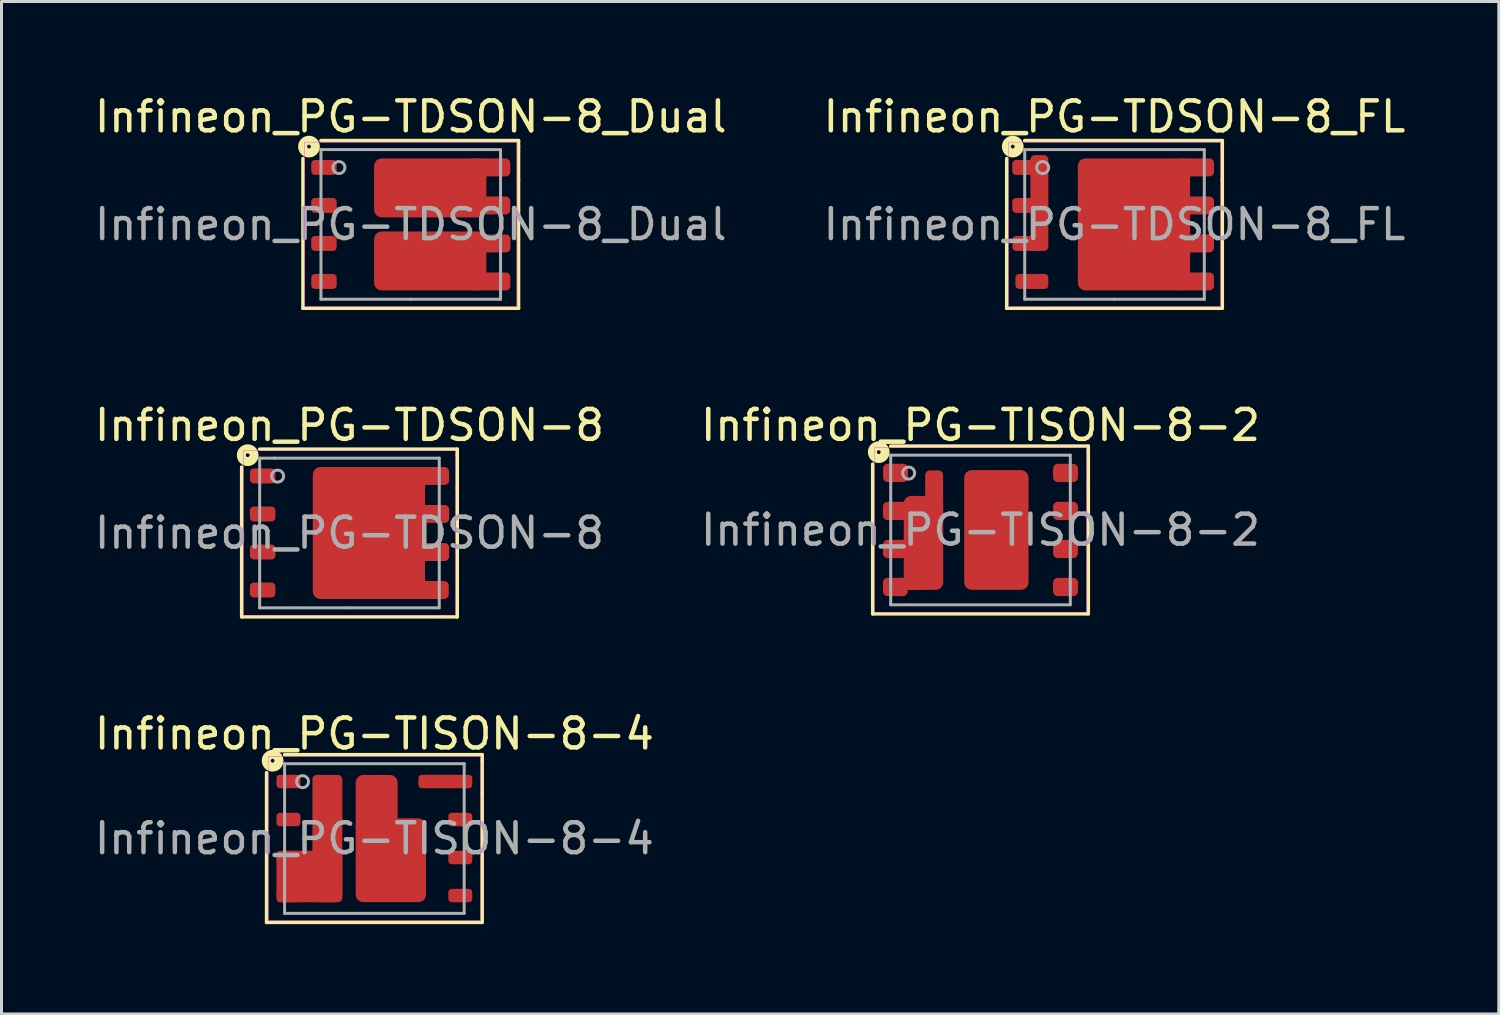
<source format=kicad_pcb>
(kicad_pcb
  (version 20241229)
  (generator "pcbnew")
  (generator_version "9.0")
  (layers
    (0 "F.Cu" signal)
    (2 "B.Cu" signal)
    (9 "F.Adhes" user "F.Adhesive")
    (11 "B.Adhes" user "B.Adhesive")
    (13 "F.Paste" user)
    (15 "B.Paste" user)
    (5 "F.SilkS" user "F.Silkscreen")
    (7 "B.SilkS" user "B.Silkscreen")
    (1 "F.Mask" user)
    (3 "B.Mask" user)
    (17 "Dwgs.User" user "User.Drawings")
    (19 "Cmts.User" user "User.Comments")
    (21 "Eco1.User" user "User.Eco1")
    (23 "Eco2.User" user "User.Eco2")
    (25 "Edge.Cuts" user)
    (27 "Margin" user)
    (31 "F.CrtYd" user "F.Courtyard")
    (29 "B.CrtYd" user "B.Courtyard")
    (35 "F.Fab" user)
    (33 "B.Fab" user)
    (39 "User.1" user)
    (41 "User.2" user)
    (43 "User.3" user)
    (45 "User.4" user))
  (footprint "Infineon_PG-TDSON-8"
    (layer "F.Cu")
    (at 8.625 14.757)
    (property "Reference" "Infineon_PG-TDSON-8" (at 0 -3.6 0) (unlocked yes) (layer "F.SilkS") (effects (font (size 1 1) (thickness 0.15))))
    (fp_line (start -3.6 -2.2) (end -3.6 2.8) (stroke (width 0.12) (type solid)) (layer "F.SilkS"))
    (fp_line (start -3.6 2.8) (end 3.6 2.8) (stroke (width 0.12) (type solid)) (layer "F.SilkS"))
    (fp_line (start 3.6 -2.8) (end -3 -2.8) (stroke (width 0.12) (type solid)) (layer "F.SilkS"))
    (fp_line (start 3.6 -2.6) (end 3.6 -2.8) (stroke (width 0.12) (type solid)) (layer "F.SilkS"))
    (fp_line (start 3.6 -2.6) (end 3.6 -1.5) (stroke (width 0.12) (type solid)) (layer "F.SilkS"))
    (fp_line (start 3.6 2.8) (end 3.6 -1.5) (stroke (width 0.12) (type solid)) (layer "F.SilkS"))
    (fp_circle (center -3.4 -2.6) (end -3.4 -2.537) (stroke (width 0.3) (type solid)) (fill no) (layer "F.SilkS"))
    (fp_rect (start -3.55 -2.75) (end 3.55 2.75) (stroke (width 0.013) (type solid)) (fill no) (layer "F.CrtYd"))
    (fp_line (start -3 -2.5) (end -3 2.5) (stroke (width 0.1) (type solid)) (layer "F.Fab"))
    (fp_line (start -3 2.5) (end 0 2.5) (stroke (width 0.1) (type solid)) (layer "F.Fab"))
    (fp_line (start -2.5 -2.5) (end -3 -2.5) (stroke (width 0.1) (type solid)) (layer "F.Fab"))
    (fp_line (start 0 2.5) (end 3 2.5) (stroke (width 0.1) (type solid)) (layer "F.Fab"))
    (fp_line (start 3 -2.5) (end -2.5 -2.5) (stroke (width 0.1) (type solid)) (layer "F.Fab"))
    (fp_line (start 3 2.5) (end 3 -2.5) (stroke (width 0.1) (type solid)) (layer "F.Fab"))
    (fp_circle (center -2.4 -1.9) (end -2.2 -1.9) (stroke (width 0.1) (type solid)) (fill no) (layer "F.Fab"))
    (fp_text user "${REFERENCE}" (at 0 0 0) (layer "F.Fab") (effects (font (size 1 1) (thickness 0.15))))
    (pad "" smd roundrect (at -0.3 -0.95 270) (size 1.6 1.4) (layers "F.Paste") (roundrect_rratio 0.156))
    (pad "" smd roundrect (at -0.3 0.95 270) (size 1.6 1.4) (layers "F.Paste") (roundrect_rratio 0.156))
    (pad "" smd roundrect (at 1.4 -0.95 270) (size 1.6 1.4) (layers "F.Paste") (roundrect_rratio 0.156))
    (pad "" smd roundrect (at 1.4 0.95 270) (size 1.6 1.4) (layers "F.Paste") (roundrect_rratio 0.156))
    (pad "" smd roundrect (at 2.85 -1.91 270) (size 0.5 0.85) (layers "F.Paste") (roundrect_rratio 0.25))
    (pad "" smd roundrect (at 2.85 -0.64 270) (size 0.5 0.85) (layers "F.Paste") (roundrect_rratio 0.25))
    (pad "" smd roundrect (at 2.85 0.63 270) (size 0.5 0.85) (layers "F.Paste") (roundrect_rratio 0.25))
    (pad "" smd roundrect (at 2.85 1.91 270) (size 0.5 0.85) (layers "F.Paste") (roundrect_rratio 0.25))
    (pad "1" smd roundrect (at -2.9 -1.905 270) (size 0.5 0.85) (layers "F.Cu" "F.Mask" "F.Paste") (roundrect_rratio 0.25))
    (pad "2" smd roundrect (at -2.9 -0.635 270) (size 0.5 0.85) (layers "F.Cu" "F.Mask" "F.Paste") (roundrect_rratio 0.25))
    (pad "3" smd roundrect (at -2.9 0.635 270) (size 0.5 0.85) (layers "F.Cu" "F.Mask" "F.Paste") (roundrect_rratio 0.25))
    (pad "4" smd roundrect (at -2.9 1.905 270) (size 0.5 0.85) (layers "F.Cu" "F.Mask" "F.Paste") (roundrect_rratio 0.25))
    (pad "5" smd roundrect (at 0.65 0 270) (size 4.41 3.75) (layers "F.Cu" "F.Mask") (roundrect_rratio 0.067))
    (pad "5" smd roundrect (at 2.692 -1.905 270) (size 0.6 1.275) (layers "F.Cu" "F.Mask") (roundrect_rratio 0.25))
    (pad "5" smd roundrect (at 2.718 1.905 270) (size 0.6 1.2) (layers "F.Cu" "F.Mask") (roundrect_rratio 0.25))
    (pad "5" smd roundrect (at 2.845 -0.635 270) (size 0.6 0.975) (layers "F.Cu" "F.Mask") (roundrect_rratio 0.25))
    (pad "5" smd roundrect (at 2.845 0.635 270) (size 0.6 0.975) (layers "F.Cu" "F.Mask") (roundrect_rratio 0.25)))
  (footprint "Infineon_PG-TISON-8-2"
    (layer "F.Cu")
    (at 29.708 14.656)
    (property "Reference" "Infineon_PG-TISON-8-2" (at 0 -3.5 0) (layer "F.SilkS") (effects (font (size 1 1) (thickness 0.15))))
    (attr smd)
    (fp_line (start -3.6 -2.2) (end -3.6 2.8) (stroke (width 0.12) (type solid)) (layer "F.SilkS"))
    (fp_line (start -3.6 2.8) (end 3.6 2.8) (stroke (width 0.12) (type solid)) (layer "F.SilkS"))
    (fp_line (start 3.6 -2.8) (end -3 -2.8) (stroke (width 0.12) (type solid)) (layer "F.SilkS"))
    (fp_line (start 3.6 -2.6) (end 3.6 -2.8) (stroke (width 0.12) (type solid)) (layer "F.SilkS"))
    (fp_line (start 3.6 -2.6) (end 3.6 -1.5) (stroke (width 0.12) (type solid)) (layer "F.SilkS"))
    (fp_line (start 3.6 2.8) (end 3.6 -1.5) (stroke (width 0.12) (type solid)) (layer "F.SilkS"))
    (fp_circle (center -3.4 -2.6) (end -3.4 -2.537) (stroke (width 0.3) (type solid)) (fill no) (layer "F.SilkS"))
    (fp_rect (start -3.55 -2.75) (end 3.55 2.75) (stroke (width 0.013) (type solid)) (fill no) (layer "F.CrtYd"))
    (fp_line (start -3 -2.5) (end -3 2.5) (stroke (width 0.1) (type solid)) (layer "F.Fab"))
    (fp_line (start -3 -2.5) (end 3 -2.5) (stroke (width 0.1) (type solid)) (layer "F.Fab"))
    (fp_line (start 3 -2.5) (end 3 2.5) (stroke (width 0.1) (type solid)) (layer "F.Fab"))
    (fp_line (start 3 2.5) (end -3 2.5) (stroke (width 0.1) (type solid)) (layer "F.Fab"))
    (fp_circle (center -2.4 -1.9) (end -2.2 -1.9) (stroke (width 0.1) (type solid)) (fill no) (layer "F.Fab"))
    (fp_text user "${REFERENCE}" (at 0 0 0) (layer "F.Fab") (effects (font (size 1 1) (thickness 0.15))))
    (pad "" smd roundrect (at -1.82 -0.64) (size 0.9 0.5) (layers "F.Paste") (roundrect_rratio 0.25))
    (pad "" smd roundrect (at -1.82 0.06) (size 0.9 0.5) (layers "F.Paste") (roundrect_rratio 0.25))
    (pad "" smd roundrect (at -1.82 0.76) (size 0.9 0.5) (layers "F.Paste") (roundrect_rratio 0.25))
    (pad "" smd roundrect (at -1.82 1.46) (size 0.9 0.5) (layers "F.Paste") (roundrect_rratio 0.25))
    (pad "" smd roundrect (at -1.545 -1.6) (size 0.35 0.6) (layers "F.Paste") (roundrect_rratio 0.25))
    (pad "" smd roundrect (at 0 -1.425) (size 0.75 0.75) (layers "F.Paste") (roundrect_rratio 0.25))
    (pad "" smd roundrect (at 0 -0.475) (size 0.75 0.75) (layers "F.Paste") (roundrect_rratio 0.25))
    (pad "" smd roundrect (at 0 0.475) (size 0.75 0.75) (layers "F.Paste") (roundrect_rratio 0.25))
    (pad "" smd roundrect (at 0 1.425) (size 0.75 0.75) (layers "F.Paste") (roundrect_rratio 0.25))
    (pad "" smd roundrect (at 1.025 -1.425) (size 0.75 0.75) (layers "F.Paste") (roundrect_rratio 0.25))
    (pad "" smd roundrect (at 1.025 -0.475) (size 0.75 0.75) (layers "F.Paste") (roundrect_rratio 0.25))
    (pad "" smd roundrect (at 1.025 0.475) (size 0.75 0.75) (layers "F.Paste") (roundrect_rratio 0.25))
    (pad "" smd roundrect (at 1.025 1.425) (size 0.75 0.75) (layers "F.Paste") (roundrect_rratio 0.25))
    (pad "1" smd roundrect (at -2.84 -1.905) (size 0.83 0.61) (layers "F.Cu" "F.Mask" "F.Paste") (roundrect_rratio 0.25))
    (pad "2" smd roundrect (at -2.845 -0.635) (size 0.83 0.61) (layers "F.Cu" "F.Mask" "F.Paste") (roundrect_rratio 0.25))
    (pad "2" smd roundrect (at -2.845 0.635) (size 0.83 0.61) (layers "F.Cu" "F.Mask" "F.Paste") (roundrect_rratio 0.25))
    (pad "2" smd roundrect (at -2.845 1.905) (size 0.83 0.61) (layers "F.Cu" "F.Mask" "F.Paste") (roundrect_rratio 0.25))
    (pad "2" smd roundrect (at -2.388 1.803 180) (size 0.991 0.402) (layers "F.Cu" "F.Mask") (roundrect_rratio 0.25))
    (pad "2" smd roundrect (at -1.905 0.432 90) (size 3.14 1.32) (layers "F.Cu" "F.Mask") (roundrect_rratio 0.189))
    (pad "2" smd roundrect (at -1.549 -1.295 90) (size 1.389 0.6) (layers "F.Cu" "F.Mask") (roundrect_rratio 0.25))
    (pad "3" smd roundrect (at 2.84 1.905) (size 0.83 0.61) (layers "F.Cu" "F.Mask" "F.Paste") (roundrect_rratio 0.25))
    (pad "4" smd roundrect (at 2.84 0.635) (size 0.83 0.61) (layers "F.Cu" "F.Mask" "F.Paste") (roundrect_rratio 0.25))
    (pad "5" smd roundrect (at 2.84 -0.635) (size 0.83 0.61) (layers "F.Cu" "F.Mask" "F.Paste") (roundrect_rratio 0.25))
    (pad "6" smd roundrect (at 2.84 -1.905) (size 0.83 0.61) (layers "F.Cu" "F.Mask" "F.Paste") (roundrect_rratio 0.25))
    (pad "7" smd roundrect (at 0.53 0) (size 2.15 4) (layers "F.Cu" "F.Mask") (roundrect_rratio 0.116)))
  (footprint "Infineon_PG-TDSON-8_Dual"
    (layer "F.Cu")
    (at 10.673 4.448)
    (property "Reference" "Infineon_PG-TDSON-8_Dual" (at 0 -3.6 0) (unlocked yes) (layer "F.SilkS") (effects (font (size 1 1) (thickness 0.15))))
    (fp_line (start -3.6 -2.2) (end -3.6 2.8) (stroke (width 0.12) (type solid)) (layer "F.SilkS"))
    (fp_line (start -3.6 2.8) (end 3.6 2.8) (stroke (width 0.12) (type solid)) (layer "F.SilkS"))
    (fp_line (start 3.6 -2.8) (end -3 -2.8) (stroke (width 0.12) (type solid)) (layer "F.SilkS"))
    (fp_line (start 3.6 -2.6) (end 3.6 -2.8) (stroke (width 0.12) (type solid)) (layer "F.SilkS"))
    (fp_line (start 3.6 -2.6) (end 3.6 -1.5) (stroke (width 0.12) (type solid)) (layer "F.SilkS"))
    (fp_line (start 3.6 2.8) (end 3.6 -1.5) (stroke (width 0.12) (type solid)) (layer "F.SilkS"))
    (fp_circle (center -3.4 -2.6) (end -3.4 -2.537) (stroke (width 0.3) (type solid)) (fill no) (layer "F.SilkS"))
    (fp_rect (start -3.55 -2.75) (end 3.55 2.75) (stroke (width 0.013) (type solid)) (fill no) (layer "F.CrtYd"))
    (fp_line (start -3 -2.5) (end -3 2.5) (stroke (width 0.1) (type solid)) (layer "F.Fab"))
    (fp_line (start -3 2.5) (end 0 2.5) (stroke (width 0.1) (type solid)) (layer "F.Fab"))
    (fp_line (start -2.5 -2.5) (end -3 -2.5) (stroke (width 0.1) (type solid)) (layer "F.Fab"))
    (fp_line (start 0 2.5) (end 3 2.5) (stroke (width 0.1) (type solid)) (layer "F.Fab"))
    (fp_line (start 3 -2.5) (end -2.5 -2.5) (stroke (width 0.1) (type solid)) (layer "F.Fab"))
    (fp_line (start 3 2.5) (end 3 -2.5) (stroke (width 0.1) (type solid)) (layer "F.Fab"))
    (fp_circle (center -2.4 -1.9) (end -2.2 -1.9) (stroke (width 0.1) (type solid)) (fill no) (layer "F.Fab"))
    (fp_text user "${REFERENCE}" (at 0 0 0) (layer "F.Fab") (effects (font (size 1 1) (thickness 0.15))))
    (pad "" smd roundrect (at -0.3 -1.2 270) (size 1.6 1.5) (layers "F.Paste") (roundrect_rratio 0.25))
    (pad "" smd roundrect (at -0.3 1.2 270) (size 1.6 1.5) (layers "F.Paste") (roundrect_rratio 0.25))
    (pad "" smd roundrect (at 1.5 -1.2 270) (size 1.6 1.5) (layers "F.Paste") (roundrect_rratio 0.25))
    (pad "" smd roundrect (at 1.5 1.2 270) (size 1.6 1.5) (layers "F.Paste") (roundrect_rratio 0.25))
    (pad "" smd roundrect (at 2.89 -1.905 270) (size 0.5 0.743) (layers "F.Paste") (roundrect_rratio 0.25))
    (pad "" smd roundrect (at 2.9 -0.635 270) (size 0.5 0.743) (layers "F.Paste") (roundrect_rratio 0.25))
    (pad "" smd roundrect (at 2.9 0.635 270) (size 0.5 0.743) (layers "F.Paste") (roundrect_rratio 0.25))
    (pad "" smd roundrect (at 2.9 1.905 270) (size 0.5 0.743) (layers "F.Paste") (roundrect_rratio 0.25))
    (pad "1" smd roundrect (at -2.9 -1.905 270) (size 0.5 0.85) (layers "F.Cu" "F.Mask" "F.Paste") (roundrect_rratio 0.25))
    (pad "2" smd roundrect (at -2.9 -0.635 270) (size 0.5 0.85) (layers "F.Cu" "F.Mask" "F.Paste") (roundrect_rratio 0.25))
    (pad "3" smd roundrect (at -2.9 0.635 270) (size 0.5 0.85) (layers "F.Cu" "F.Mask" "F.Paste") (roundrect_rratio 0.25))
    (pad "4" smd roundrect (at -2.9 1.905 270) (size 0.5 0.85) (layers "F.Cu" "F.Mask" "F.Paste") (roundrect_rratio 0.25))
    (pad "5" smd roundrect (at 0.65 1.22 270) (size 1.97 3.75) (layers "F.Cu" "F.Mask") (roundrect_rratio 0.127))
    (pad "5" smd roundrect (at 2.667 1.905 270) (size 0.6 1.325) (layers "F.Cu" "F.Mask") (roundrect_rratio 0.25))
    (pad "5" smd roundrect (at 2.769 0.635 270) (size 0.6 1.125) (layers "F.Cu" "F.Mask") (roundrect_rratio 0.25))
    (pad "6" smd roundrect (at 0.65 -1.22 270) (size 1.97 3.75) (layers "F.Cu" "F.Mask") (roundrect_rratio 0.127))
    (pad "6" smd roundrect (at 2.663 -1.905 270) (size 0.6 1.325) (layers "F.Cu" "F.Mask") (roundrect_rratio 0.25))
    (pad "6" smd roundrect (at 2.763 -0.635 270) (size 0.6 1.125) (layers "F.Cu" "F.Mask") (roundrect_rratio 0.25)))
  (footprint "Infineon_PG-TISON-8-4"
    (layer "F.Cu")
    (at 9.458 24.965)
    (property "Reference" "Infineon_PG-TISON-8-4" (at 0 -3.5 0) (layer "F.SilkS") (effects (font (size 1 1) (thickness 0.15))))
    (attr smd)
    (fp_line (start -3.6 -2.2) (end -3.6 2.8) (stroke (width 0.12) (type solid)) (layer "F.SilkS"))
    (fp_line (start -3.6 2.8) (end 3.6 2.8) (stroke (width 0.12) (type solid)) (layer "F.SilkS"))
    (fp_line (start 3.6 -2.8) (end -3 -2.8) (stroke (width 0.12) (type solid)) (layer "F.SilkS"))
    (fp_line (start 3.6 -2.6) (end 3.6 -2.8) (stroke (width 0.12) (type solid)) (layer "F.SilkS"))
    (fp_line (start 3.6 -2.6) (end 3.6 -1.5) (stroke (width 0.12) (type solid)) (layer "F.SilkS"))
    (fp_line (start 3.6 2.8) (end 3.6 -1.5) (stroke (width 0.12) (type solid)) (layer "F.SilkS"))
    (fp_circle (center -3.4 -2.6) (end -3.4 -2.537) (stroke (width 0.3) (type solid)) (fill no) (layer "F.SilkS"))
    (fp_rect (start -3.55 -2.75) (end 3.55 2.75) (stroke (width 0.013) (type solid)) (fill no) (layer "F.CrtYd"))
    (fp_line (start -3 -2.5) (end -3 2.5) (stroke (width 0.1) (type solid)) (layer "F.Fab"))
    (fp_line (start -3 -2.5) (end 3 -2.5) (stroke (width 0.1) (type solid)) (layer "F.Fab"))
    (fp_line (start 3 -2.5) (end 3 2.5) (stroke (width 0.1) (type solid)) (layer "F.Fab"))
    (fp_line (start 3 2.5) (end -3 2.5) (stroke (width 0.1) (type solid)) (layer "F.Fab"))
    (fp_circle (center -2.4 -1.9) (end -2.2 -1.9) (stroke (width 0.1) (type solid)) (fill no) (layer "F.Fab"))
    (fp_text user "${REFERENCE}" (at 0 0 0) (layer "F.Fab") (effects (font (size 1 1) (thickness 0.15))))
    (pad "" smd roundrect (at -1.57 -1.5) (size 0.8 0.75) (layers "F.Paste") (roundrect_rratio 0.25))
    (pad "" smd roundrect (at -1.57 -0.5) (size 0.8 0.75) (layers "F.Paste") (roundrect_rratio 0.25))
    (pad "" smd roundrect (at -1.57 0.5) (size 0.8 0.75) (layers "F.Paste") (roundrect_rratio 0.25))
    (pad "" smd roundrect (at -1.57 1.5) (size 0.8 0.75) (layers "F.Paste") (roundrect_rratio 0.25))
    (pad "" smd roundrect (at 0 -1.5) (size 0.85 0.75) (layers "F.Paste") (roundrect_rratio 0.25))
    (pad "" smd roundrect (at 0 -0.5) (size 0.85 0.75) (layers "F.Paste") (roundrect_rratio 0.25))
    (pad "" smd roundrect (at 0 0.5) (size 0.85 0.75) (layers "F.Paste") (roundrect_rratio 0.25))
    (pad "" smd roundrect (at 0 1.5) (size 0.85 0.75) (layers "F.Paste") (roundrect_rratio 0.25))
    (pad "" smd roundrect (at 1.1 -0.315) (size 0.85 0.38) (layers "F.Paste") (roundrect_rratio 0.25))
    (pad "" smd roundrect (at 1.1 0.5) (size 0.85 0.75) (layers "F.Paste") (roundrect_rratio 0.25))
    (pad "" smd roundrect (at 1.1 1.5) (size 0.85 0.75) (layers "F.Paste") (roundrect_rratio 0.25))
    (pad "" smd roundrect (at 1.92 -1.905) (size 0.8 0.35) (layers "F.Paste") (roundrect_rratio 0.25))
    (pad "" smd roundrect (at 2.87 -1.905) (size 0.7 0.35) (layers "F.Paste") (roundrect_rratio 0.25))
    (pad "1" smd roundrect (at -2.87 -1.905) (size 0.8 0.45) (layers "F.Cu" "F.Mask" "F.Paste") (roundrect_rratio 0.25))
    (pad "2" smd roundrect (at -2.87 -0.635) (size 0.8 0.45) (layers "F.Cu" "F.Mask" "F.Paste") (roundrect_rratio 0.25))
    (pad "3" smd roundrect (at -2.87 0.635) (size 0.8 0.45) (layers "F.Cu" "F.Mask" "F.Paste") (roundrect_rratio 0.25))
    (pad "3" smd roundrect (at -2.87 1.905) (size 0.8 0.45) (layers "F.Cu" "F.Mask" "F.Paste") (roundrect_rratio 0.25))
    (pad "3" smd roundrect (at -2.17 1.27 90) (size 1.72 2.2) (layers "F.Cu") (roundrect_rratio 0.145))
    (pad "3" smd roundrect (at -1.57 0 90) (size 4.254 1) (layers "F.Cu" "F.Mask") (roundrect_rratio 0.145))
    (pad "4" smd roundrect (at 2.87 1.905) (size 0.8 0.45) (layers "F.Cu" "F.Mask" "F.Paste") (roundrect_rratio 0.25))
    (pad "5" smd roundrect (at 2.87 0.635) (size 0.8 0.45) (layers "F.Cu" "F.Mask" "F.Paste") (roundrect_rratio 0.25))
    (pad "6" smd roundrect (at 2.87 -0.635) (size 0.8 0.45) (layers "F.Cu" "F.Mask" "F.Paste") (roundrect_rratio 0.25))
    (pad "7" smd roundrect (at 2.37 -1.905) (size 1.8 0.45) (layers "F.Cu" "F.Mask") (roundrect_rratio 0.25))
    (pad "8" smd roundrect (at 0.075 -1.125) (size 1.4 2) (layers "F.Cu" "F.Mask") (roundrect_rratio 0.179))
    (pad "8" smd roundrect (at 0.55 0.725 90) (size 2.8 2.35) (layers "F.Cu" "F.Mask") (roundrect_rratio 0.106)))
  (footprint "Infineon_PG-TDSON-8_FL"
    (layer "F.Cu")
    (at 34.185 4.448)
    (property "Reference" "Infineon_PG-TDSON-8_FL" (at 0 -3.6 0) (unlocked yes) (layer "F.SilkS") (effects (font (size 1 1) (thickness 0.15))))
    (fp_line (start -3.6 -2.2) (end -3.6 2.8) (stroke (width 0.12) (type solid)) (layer "F.SilkS"))
    (fp_line (start -3.6 2.8) (end 3.6 2.8) (stroke (width 0.12) (type solid)) (layer "F.SilkS"))
    (fp_line (start 3.6 -2.8) (end -3 -2.8) (stroke (width 0.12) (type solid)) (layer "F.SilkS"))
    (fp_line (start 3.6 -2.6) (end 3.6 -2.8) (stroke (width 0.12) (type solid)) (layer "F.SilkS"))
    (fp_line (start 3.6 -2.6) (end 3.6 -1.5) (stroke (width 0.12) (type solid)) (layer "F.SilkS"))
    (fp_line (start 3.6 2.8) (end 3.6 -1.5) (stroke (width 0.12) (type solid)) (layer "F.SilkS"))
    (fp_circle (center -3.4 -2.6) (end -3.4 -2.537) (stroke (width 0.3) (type solid)) (fill no) (layer "F.SilkS"))
    (fp_rect (start -3.55 -2.75) (end 3.55 2.75) (stroke (width 0.013) (type solid)) (fill no) (layer "F.CrtYd"))
    (fp_line (start -3 -2.5) (end -3 2.5) (stroke (width 0.1) (type solid)) (layer "F.Fab"))
    (fp_line (start -3 2.5) (end 0 2.5) (stroke (width 0.1) (type solid)) (layer "F.Fab"))
    (fp_line (start -2.5 -2.5) (end -3 -2.5) (stroke (width 0.1) (type solid)) (layer "F.Fab"))
    (fp_line (start 0 2.5) (end 3 2.5) (stroke (width 0.1) (type solid)) (layer "F.Fab"))
    (fp_line (start 3 -2.5) (end -2.5 -2.5) (stroke (width 0.1) (type solid)) (layer "F.Fab"))
    (fp_line (start 3 2.5) (end 3 -2.5) (stroke (width 0.1) (type solid)) (layer "F.Fab"))
    (fp_circle (center -2.4 -1.9) (end -2.2 -1.9) (stroke (width 0.1) (type solid)) (fill no) (layer "F.Fab"))
    (fp_text user "${REFERENCE}" (at 0 0 0) (layer "F.Fab") (effects (font (size 1 1) (thickness 0.15))))
    (pad "" smd roundrect (at -3.075 -1.905 270) (size 0.4 0.35) (layers "F.Paste") (roundrect_rratio 0.25))
    (pad "" smd roundrect (at -3.075 -0.635 270) (size 0.4 0.35) (layers "F.Paste") (roundrect_rratio 0.25))
    (pad "" smd roundrect (at -3.075 0.635 270) (size 0.4 0.35) (layers "F.Paste") (roundrect_rratio 0.25))
    (pad "" smd roundrect (at -2.5 -1.778 270) (size 0.9 0.45) (layers "F.Paste") (roundrect_rratio 0.25))
    (pad "" smd roundrect (at -2.5 -0.699 270) (size 0.9 0.45) (layers "F.Paste") (roundrect_rratio 0.25))
    (pad "" smd roundrect (at -2.5 0.381 270) (size 0.9 0.45) (layers "F.Paste") (roundrect_rratio 0.25))
    (pad "" smd roundrect (at -0.3 -1 270) (size 1.7 1.6) (layers "F.Paste") (roundrect_rratio 0.156))
    (pad "" smd roundrect (at -0.3 1 270) (size 1.7 1.6) (layers "F.Paste") (roundrect_rratio 0.156))
    (pad "" smd roundrect (at 1.6 -1 270) (size 1.7 1.6) (layers "F.Paste") (roundrect_rratio 0.156))
    (pad "" smd roundrect (at 1.6 1 270) (size 1.7 1.6) (layers "F.Paste") (roundrect_rratio 0.156))
    (pad "" smd roundrect (at 2.921 -1.905 270) (size 0.5 0.7) (layers "F.Paste") (roundrect_rratio 0.25))
    (pad "" smd roundrect (at 2.921 -0.635 270) (size 0.5 0.7) (layers "F.Paste") (roundrect_rratio 0.25))
    (pad "" smd roundrect (at 2.921 0.635 270) (size 0.5 0.7) (layers "F.Paste") (roundrect_rratio 0.25))
    (pad "" smd roundrect (at 2.921 1.905 270) (size 0.5 0.7) (layers "F.Paste") (roundrect_rratio 0.25))
    (pad "1" smd roundrect (at -3.06 -1.905 270) (size 0.5 0.71) (layers "F.Cu" "F.Mask") (roundrect_rratio 0.25))
    (pad "1" smd roundrect (at -3.06 -0.635 270) (size 0.5 0.71) (layers "F.Cu" "F.Mask") (roundrect_rratio 0.25))
    (pad "1" smd roundrect (at -2.91 0.635 270) (size 0.5 1.005) (layers "F.Cu" "F.Mask") (roundrect_rratio 0.25))
    (pad "1" smd roundrect (at -2.51 -0.715 270) (size 3.2 0.6) (layers "F.Cu" "F.Mask") (roundrect_rratio 0.25))
    (pad "2" smd roundrect (at -2.76 1.905 270) (size 0.5 1.1) (layers "F.Cu" "F.Mask" "F.Paste") (roundrect_rratio 0.25))
    (pad "3" smd roundrect (at 0.65 0 270) (size 4.41 3.75) (layers "F.Cu" "F.Mask") (roundrect_rratio 0.067))
    (pad "3" smd roundrect (at 2.712 -1.905 270) (size 0.6 1.225) (layers "F.Cu" "F.Mask") (roundrect_rratio 0.25))
    (pad "3" smd roundrect (at 2.712 -0.635 270) (size 0.6 1.225) (layers "F.Cu" "F.Mask") (roundrect_rratio 0.25))
    (pad "3" smd roundrect (at 2.712 0.635 270) (size 0.6 1.225) (layers "F.Cu" "F.Mask") (roundrect_rratio 0.25))
    (pad "3" smd roundrect (at 2.712 1.905 270) (size 0.6 1.225) (layers "F.Cu" "F.Mask") (roundrect_rratio 0.25)))
  (gr_rect
    (start -3 -3)
    (end 47.024 30.825)
    (stroke (width 0.1) (type default))
    (fill no)
    (layer "Edge.Cuts")))
</source>
